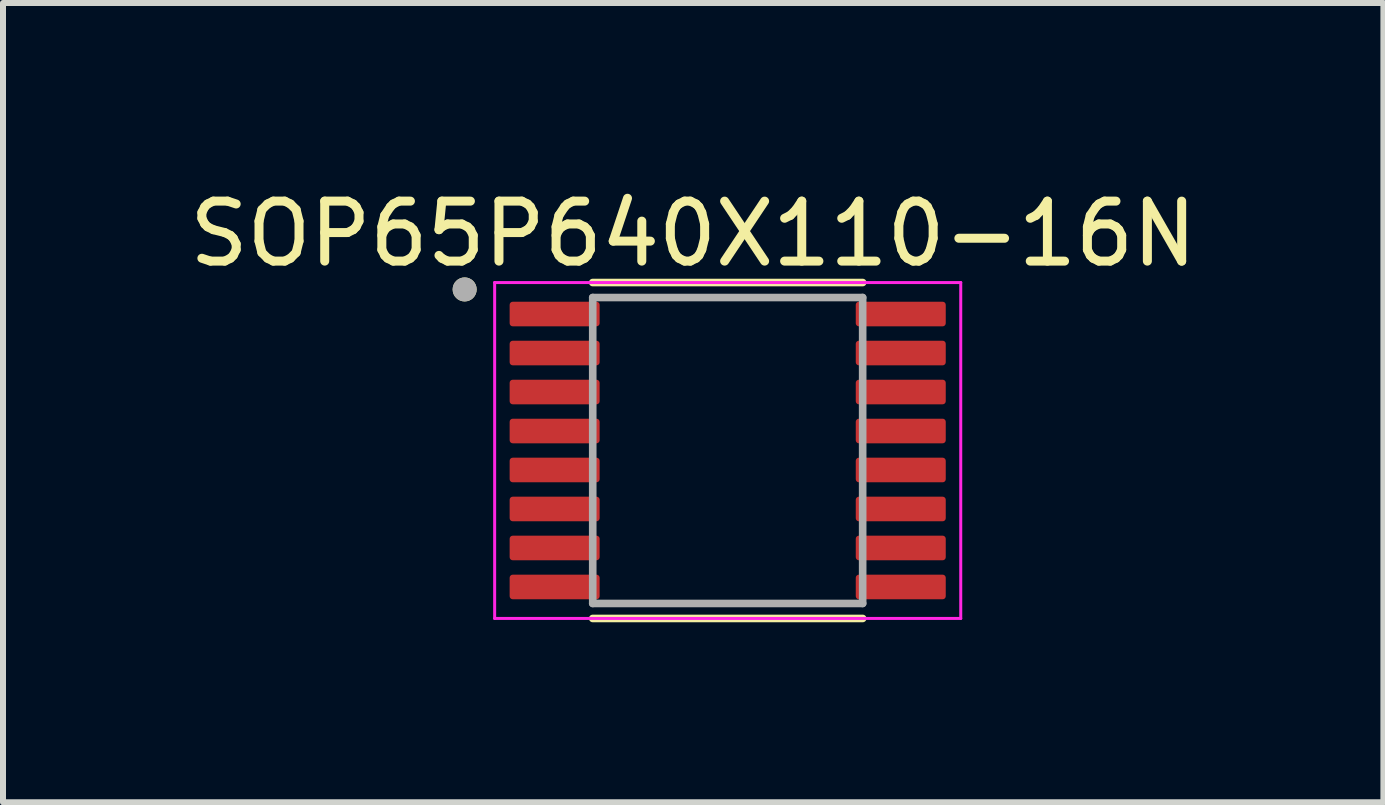
<source format=kicad_pcb>
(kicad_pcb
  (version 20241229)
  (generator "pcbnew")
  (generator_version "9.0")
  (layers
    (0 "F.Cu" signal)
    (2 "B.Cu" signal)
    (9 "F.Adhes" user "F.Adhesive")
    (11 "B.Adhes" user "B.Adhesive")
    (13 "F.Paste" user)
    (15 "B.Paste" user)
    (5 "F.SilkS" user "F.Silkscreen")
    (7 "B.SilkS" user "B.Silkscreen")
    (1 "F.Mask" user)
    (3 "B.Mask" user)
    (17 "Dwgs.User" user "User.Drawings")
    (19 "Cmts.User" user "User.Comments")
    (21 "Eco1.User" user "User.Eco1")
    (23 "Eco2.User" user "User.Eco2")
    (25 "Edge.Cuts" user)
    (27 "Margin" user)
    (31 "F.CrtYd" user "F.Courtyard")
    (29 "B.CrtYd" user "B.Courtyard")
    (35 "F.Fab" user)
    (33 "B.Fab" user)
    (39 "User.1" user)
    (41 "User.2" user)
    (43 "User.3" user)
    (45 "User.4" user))
  (footprint "SOP65P640X110-16N"
    (layer "F.Cu")
    (at 9.081 4.46)
    (property "Reference" "SOP65P640X110-16N" (at -0.575 -3.612 0) (layer "F.SilkS") (effects (font (size 1 1) (thickness 0.15))))
    (attr smd)
    (fp_line (start -2.25 -2.8) (end 2.25 -2.8) (stroke (width 0.127) (type solid)) (layer "F.SilkS"))
    (fp_line (start -2.25 2.8) (end 2.25 2.8) (stroke (width 0.127) (type solid)) (layer "F.SilkS"))
    (fp_circle (center -4.385 -2.685) (end -4.285 -2.685) (stroke (width 0.2) (type solid)) (fill no) (layer "F.SilkS"))
    (fp_line (start -3.885 -2.8) (end -3.885 2.8) (stroke (width 0.05) (type solid)) (layer "F.CrtYd"))
    (fp_line (start -3.885 -2.8) (end 3.885 -2.8) (stroke (width 0.05) (type solid)) (layer "F.CrtYd"))
    (fp_line (start -3.885 2.8) (end 3.885 2.8) (stroke (width 0.05) (type solid)) (layer "F.CrtYd"))
    (fp_line (start 3.885 -2.8) (end 3.885 2.8) (stroke (width 0.05) (type solid)) (layer "F.CrtYd"))
    (fp_line (start -2.25 -2.55) (end -2.25 2.55) (stroke (width 0.127) (type solid)) (layer "F.Fab"))
    (fp_line (start -2.25 -2.55) (end 2.25 -2.55) (stroke (width 0.127) (type solid)) (layer "F.Fab"))
    (fp_line (start -2.25 2.55) (end 2.25 2.55) (stroke (width 0.127) (type solid)) (layer "F.Fab"))
    (fp_line (start 2.25 -2.55) (end 2.25 2.55) (stroke (width 0.127) (type solid)) (layer "F.Fab"))
    (fp_circle (center -4.385 -2.685) (end -4.285 -2.685) (stroke (width 0.2) (type solid)) (fill no) (layer "F.Fab"))
    (pad "1" smd roundrect (at -2.885 -2.275) (size 1.5 0.41) (layers "F.Cu" "F.Mask" "F.Paste") (roundrect_rratio 0.125))
    (pad "2" smd roundrect (at -2.885 -1.625) (size 1.5 0.41) (layers "F.Cu" "F.Mask" "F.Paste") (roundrect_rratio 0.125))
    (pad "3" smd roundrect (at -2.885 -0.975) (size 1.5 0.41) (layers "F.Cu" "F.Mask" "F.Paste") (roundrect_rratio 0.125))
    (pad "4" smd roundrect (at -2.885 -0.325) (size 1.5 0.41) (layers "F.Cu" "F.Mask" "F.Paste") (roundrect_rratio 0.125))
    (pad "5" smd roundrect (at -2.885 0.325) (size 1.5 0.41) (layers "F.Cu" "F.Mask" "F.Paste") (roundrect_rratio 0.125))
    (pad "6" smd roundrect (at -2.885 0.975) (size 1.5 0.41) (layers "F.Cu" "F.Mask" "F.Paste") (roundrect_rratio 0.125))
    (pad "7" smd roundrect (at -2.885 1.625) (size 1.5 0.41) (layers "F.Cu" "F.Mask" "F.Paste") (roundrect_rratio 0.125))
    (pad "8" smd roundrect (at -2.885 2.275) (size 1.5 0.41) (layers "F.Cu" "F.Mask" "F.Paste") (roundrect_rratio 0.125))
    (pad "9" smd roundrect (at 2.885 2.275) (size 1.5 0.41) (layers "F.Cu" "F.Mask" "F.Paste") (roundrect_rratio 0.125))
    (pad "10" smd roundrect (at 2.885 1.625) (size 1.5 0.41) (layers "F.Cu" "F.Mask" "F.Paste") (roundrect_rratio 0.125))
    (pad "11" smd roundrect (at 2.885 0.975) (size 1.5 0.41) (layers "F.Cu" "F.Mask" "F.Paste") (roundrect_rratio 0.125))
    (pad "12" smd roundrect (at 2.885 0.325) (size 1.5 0.41) (layers "F.Cu" "F.Mask" "F.Paste") (roundrect_rratio 0.125))
    (pad "13" smd roundrect (at 2.885 -0.325) (size 1.5 0.41) (layers "F.Cu" "F.Mask" "F.Paste") (roundrect_rratio 0.125))
    (pad "14" smd roundrect (at 2.885 -0.975) (size 1.5 0.41) (layers "F.Cu" "F.Mask" "F.Paste") (roundrect_rratio 0.125))
    (pad "15" smd roundrect (at 2.885 -1.625) (size 1.5 0.41) (layers "F.Cu" "F.Mask" "F.Paste") (roundrect_rratio 0.125))
    (pad "16" smd roundrect (at 2.885 -2.275) (size 1.5 0.41) (layers "F.Cu" "F.Mask" "F.Paste") (roundrect_rratio 0.125)))
  (gr_rect
    (start -3 -3)
    (end 20.012 10.324)
    (stroke (width 0.1) (type default))
    (fill no)
    (layer "Edge.Cuts")))
</source>
